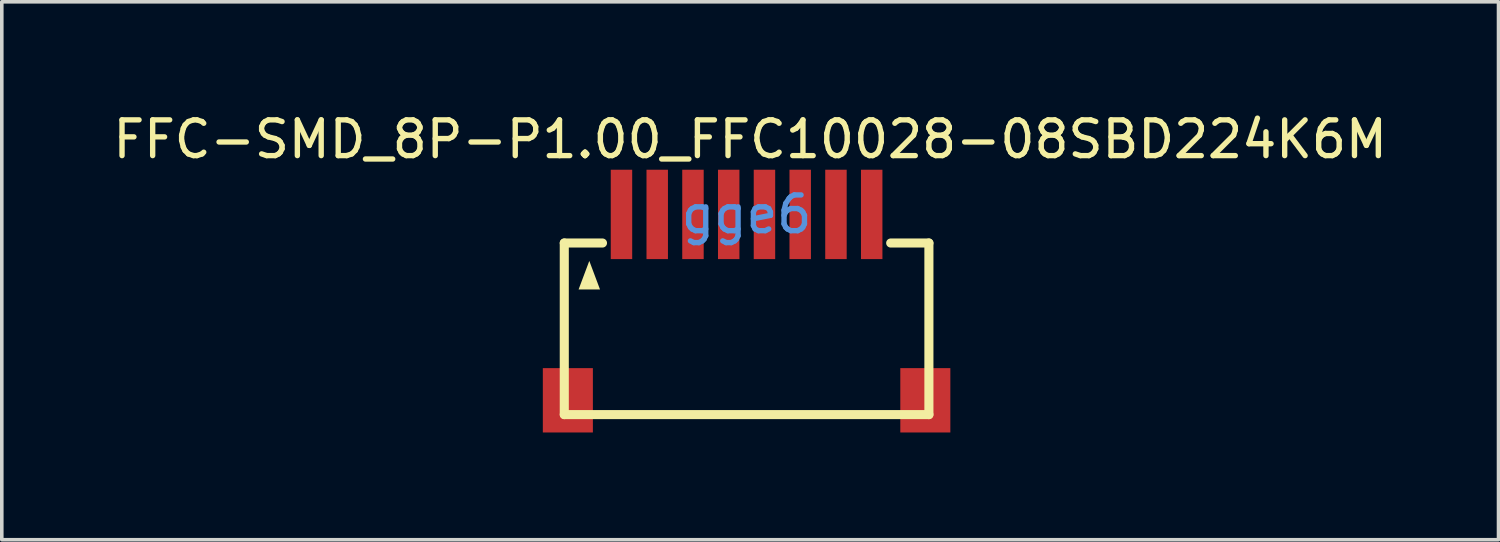
<source format=kicad_pcb>
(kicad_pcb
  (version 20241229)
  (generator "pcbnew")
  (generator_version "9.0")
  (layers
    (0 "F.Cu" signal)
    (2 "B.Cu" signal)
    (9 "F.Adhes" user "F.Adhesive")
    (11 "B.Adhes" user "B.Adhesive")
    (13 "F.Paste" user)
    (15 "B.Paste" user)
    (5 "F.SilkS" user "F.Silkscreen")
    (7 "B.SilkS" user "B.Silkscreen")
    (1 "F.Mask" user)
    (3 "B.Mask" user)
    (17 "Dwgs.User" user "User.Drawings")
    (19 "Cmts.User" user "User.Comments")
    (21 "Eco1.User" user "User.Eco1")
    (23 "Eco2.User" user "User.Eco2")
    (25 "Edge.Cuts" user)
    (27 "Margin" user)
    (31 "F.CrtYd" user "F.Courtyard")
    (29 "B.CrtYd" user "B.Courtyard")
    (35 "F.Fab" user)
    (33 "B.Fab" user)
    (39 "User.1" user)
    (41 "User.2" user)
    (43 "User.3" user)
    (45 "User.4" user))
  (footprint "FFC-SMD_8P-P1.00_FFC10028-08SBD224K6M"
    (layer "F.Cu")
    (at 17.835 4.748)
    (property "Reference" "FFC-SMD_8P-P1.00_FFC10028-08SBD224K6M" (at 0.1 -3.9 0) (layer "F.SilkS") (effects (font (size 1 1) (thickness 0.15))))
    (attr through_hole)
    (fp_line (start -5.1 -1) (end -4.031 -1) (stroke (width 0.254) (type solid)) (layer "F.SilkS"))
    (fp_line (start -5.1 3.8) (end -5.1 -1) (stroke (width 0.254) (type solid)) (layer "F.SilkS"))
    (fp_line (start -5.1 3.8) (end 5.1 3.8) (stroke (width 0.254) (type solid)) (layer "F.SilkS"))
    (fp_line (start 4.031 -1) (end 5.1 -1) (stroke (width 0.254) (type solid)) (layer "F.SilkS"))
    (fp_line (start 5.1 3.8) (end 5.1 -1) (stroke (width 0.254) (type solid)) (layer "F.SilkS"))
    (fp_poly (pts (xy -4.7 0.3) (xy -4.2 0.3) (xy -4.1 0.3) (xy -4.4 -0.5)) (stroke (width 0) (type solid)) (fill yes) (layer "F.SilkS"))
    (fp_text user "gge6" (at 0 -1.8 0) (layer "Cmts.User") (effects (font (size 1 1) (thickness 0.15))))
    (pad "1" smd rect (at -3.5 -1.8) (size 0.6 2.5) (layers "F.Cu" "F.Mask" "F.Paste"))
    (pad "2" smd rect (at -2.5 -1.8) (size 0.6 2.5) (layers "F.Cu" "F.Mask" "F.Paste"))
    (pad "3" smd rect (at -1.5 -1.8) (size 0.6 2.5) (layers "F.Cu" "F.Mask" "F.Paste"))
    (pad "4" smd rect (at -0.5 -1.8) (size 0.6 2.5) (layers "F.Cu" "F.Mask" "F.Paste"))
    (pad "5" smd rect (at 0.5 -1.8) (size 0.6 2.5) (layers "F.Cu" "F.Mask" "F.Paste"))
    (pad "6" smd rect (at 1.5 -1.8) (size 0.6 2.5) (layers "F.Cu" "F.Mask" "F.Paste"))
    (pad "7" smd rect (at 2.5 -1.8) (size 0.6 2.5) (layers "F.Cu" "F.Mask" "F.Paste"))
    (pad "8" smd rect (at 3.5 -1.8) (size 0.6 2.5) (layers "F.Cu" "F.Mask" "F.Paste"))
    (pad "9" connect rect (at -5 3.4) (size 1.4 1.8) (layers "F.Cu" "F.Mask"))
    (pad "9" connect rect (at 5 3.4) (size 1.4 1.8) (layers "F.Cu" "F.Mask")))
  (gr_rect
    (start -3 -3)
    (end 38.869 12.048)
    (stroke (width 0.1) (type default))
    (fill no)
    (layer "Edge.Cuts")))
</source>
